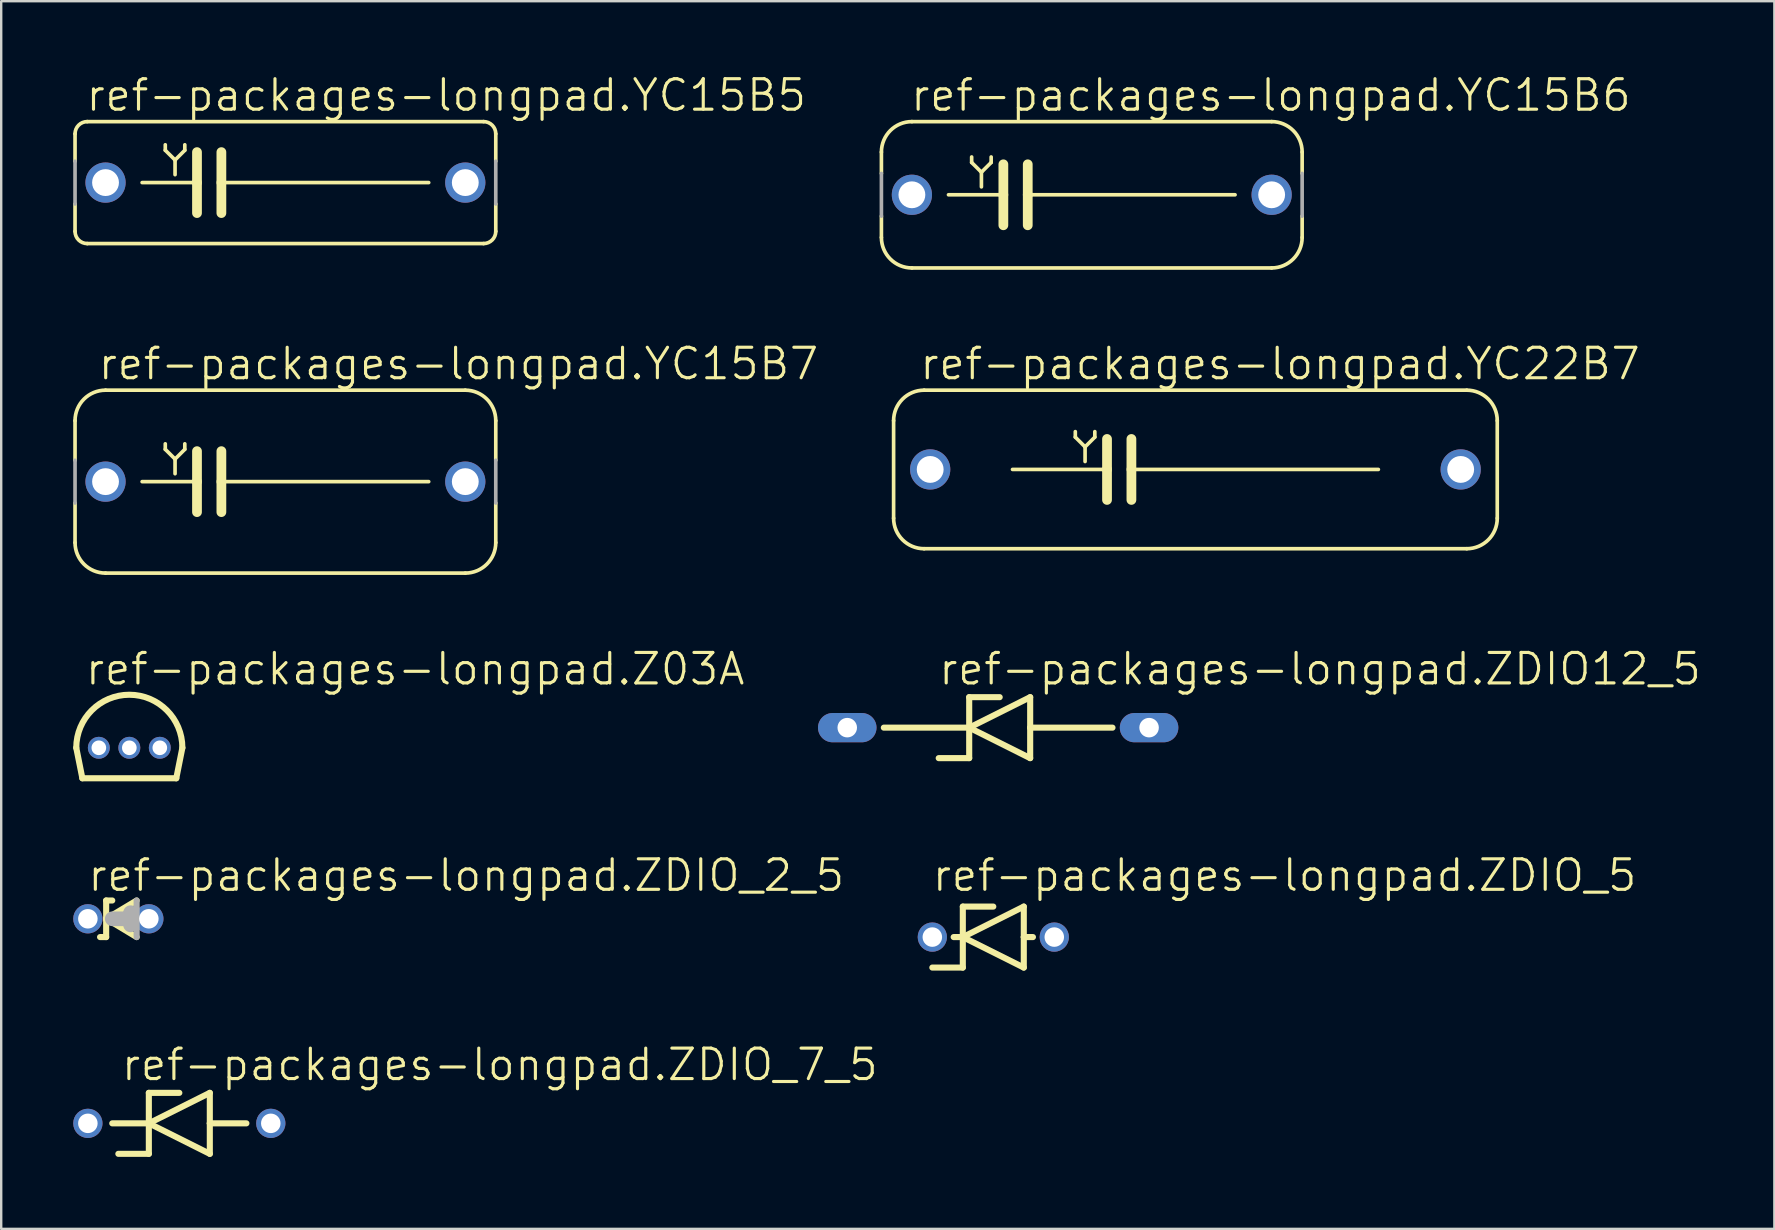
<source format=kicad_pcb>
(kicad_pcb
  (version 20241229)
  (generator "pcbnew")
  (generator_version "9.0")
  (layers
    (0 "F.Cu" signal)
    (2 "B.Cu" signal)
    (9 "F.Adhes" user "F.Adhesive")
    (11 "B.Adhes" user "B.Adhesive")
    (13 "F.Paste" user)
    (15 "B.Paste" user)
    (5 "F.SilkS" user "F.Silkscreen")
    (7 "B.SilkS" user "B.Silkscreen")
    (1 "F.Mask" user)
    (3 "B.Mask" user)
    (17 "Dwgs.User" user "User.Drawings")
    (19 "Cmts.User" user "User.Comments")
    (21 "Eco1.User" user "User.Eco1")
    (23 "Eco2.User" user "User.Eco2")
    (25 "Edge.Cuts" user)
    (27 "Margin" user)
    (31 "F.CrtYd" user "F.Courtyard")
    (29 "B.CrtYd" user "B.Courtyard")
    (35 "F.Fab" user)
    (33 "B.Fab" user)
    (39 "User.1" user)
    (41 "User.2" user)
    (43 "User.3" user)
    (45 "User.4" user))
  (footprint "ref-packages-longpad.ZDIO_7_5"
    (layer "F.Cu")
    (at 4.42 43.744)
    (property "Reference" "ref-packages-longpad.ZDIO_7_5" (at -2.489 -1.702 0) (layer "F.SilkS") (effects (font (size 1.27 1.27) (thickness 0.13)) (justify left bottom)))
    (attr through_hole)
    (fp_line (start -2.794 0) (end -1.27 0) (stroke (width 0.254) (type default)) (layer "F.SilkS"))
    (fp_line (start -1.27 -1.27) (end -1.27 0) (stroke (width 0.254) (type default)) (layer "F.SilkS"))
    (fp_line (start -1.27 0) (end -1.27 1.27) (stroke (width 0.254) (type default)) (layer "F.SilkS"))
    (fp_line (start -1.27 0) (end 1.27 -1.27) (stroke (width 0.254) (type default)) (layer "F.SilkS"))
    (fp_line (start -1.27 1.27) (end -2.54 1.27) (stroke (width 0.254) (type default)) (layer "F.SilkS"))
    (fp_line (start 0 -1.27) (end -1.27 -1.27) (stroke (width 0.254) (type default)) (layer "F.SilkS"))
    (fp_line (start 1.27 -1.27) (end 1.27 0) (stroke (width 0.254) (type default)) (layer "F.SilkS"))
    (fp_line (start 1.27 0) (end 1.27 1.27) (stroke (width 0.254) (type default)) (layer "F.SilkS"))
    (fp_line (start 1.27 0) (end 2.794 0) (stroke (width 0.254) (type default)) (layer "F.SilkS"))
    (fp_line (start 1.27 1.27) (end -1.27 0) (stroke (width 0.254) (type default)) (layer "F.SilkS"))
    (pad "A" thru_hole circle (at 3.81 0) (size 1.219 1.219) (drill 0.813) (layers "*.Cu" "*.Mask"))
    (pad "C" thru_hole circle (at -3.81 0) (size 1.219 1.219) (drill 0.813) (layers "*.Cu" "*.Mask")))
  (footprint "ref-packages-longpad.YC15B5"
    (layer "F.Cu")
    (at 8.839 4.556)
    (property "Reference" "ref-packages-longpad.YC15B5" (at -8.382 -2.896 0) (layer "F.SilkS") (effects (font (size 1.27 1.27) (thickness 0.13)) (justify left bottom)))
    (attr through_hole)
    (fp_line (start -8.763 -0.889) (end -8.763 -2.032) (stroke (width 0.152) (type default)) (layer "F.SilkS"))
    (fp_line (start -8.763 2.032) (end -8.763 0.889) (stroke (width 0.152) (type default)) (layer "F.SilkS"))
    (fp_line (start -8.255 -2.54) (end 8.255 -2.54) (stroke (width 0.152) (type default)) (layer "F.SilkS"))
    (fp_line (start -8.255 2.54) (end 8.255 2.54) (stroke (width 0.152) (type default)) (layer "F.SilkS"))
    (fp_line (start -5.969 0) (end -3.683 0) (stroke (width 0.152) (type default)) (layer "F.SilkS"))
    (fp_line (start -5.004 -1.575) (end -5.004 -1.346) (stroke (width 0.152) (type default)) (layer "F.SilkS"))
    (fp_line (start -5.004 -1.346) (end -4.597 -0.94) (stroke (width 0.152) (type default)) (layer "F.SilkS"))
    (fp_line (start -4.597 -0.94) (end -4.597 -0.33) (stroke (width 0.152) (type default)) (layer "F.SilkS"))
    (fp_line (start -4.597 -0.94) (end -4.191 -1.346) (stroke (width 0.152) (type default)) (layer "F.SilkS"))
    (fp_line (start -4.191 -1.346) (end -4.191 -1.575) (stroke (width 0.152) (type default)) (layer "F.SilkS"))
    (fp_line (start -3.683 -1.27) (end -3.683 0) (stroke (width 0.406) (type default)) (layer "F.SilkS"))
    (fp_line (start -3.683 0) (end -3.683 1.27) (stroke (width 0.406) (type default)) (layer "F.SilkS"))
    (fp_line (start -2.667 -1.27) (end -2.667 0) (stroke (width 0.406) (type default)) (layer "F.SilkS"))
    (fp_line (start -2.667 0) (end -2.667 1.27) (stroke (width 0.406) (type default)) (layer "F.SilkS"))
    (fp_line (start 5.969 0) (end -2.667 0) (stroke (width 0.152) (type default)) (layer "F.SilkS"))
    (fp_line (start 8.763 -0.889) (end 8.763 -2.032) (stroke (width 0.152) (type default)) (layer "F.SilkS"))
    (fp_line (start 8.763 2.032) (end 8.763 0.889) (stroke (width 0.152) (type default)) (layer "F.SilkS"))
    (fp_arc (start -8.763 -2.032) (mid -8.61421 -2.39121) (end -8.255 -2.54) (stroke (width 0.1524) (type default)) (layer "F.SilkS"))
    (fp_arc (start -8.255 2.54) (mid -8.61421 2.39121) (end -8.763 2.032) (stroke (width 0.1524) (type default)) (layer "F.SilkS"))
    (fp_arc (start 8.255 -2.54) (mid 8.61421 -2.39121) (end 8.763 -2.032) (stroke (width 0.1524) (type default)) (layer "F.SilkS"))
    (fp_arc (start 8.763 2.032) (mid 8.61421 2.39121) (end 8.255 2.54) (stroke (width 0.1524) (type default)) (layer "F.SilkS"))
    (fp_line (start -8.763 0.889) (end -8.763 -0.889) (stroke (width 0.152) (type default)) (layer "F.Fab"))
    (fp_line (start 8.763 0.889) (end 8.763 -0.889) (stroke (width 0.152) (type default)) (layer "F.Fab"))
    (pad "1" thru_hole circle (at -7.493 0) (size 1.676 1.676) (drill 1.118) (layers "*.Cu" "*.Mask"))
    (pad "2" thru_hole circle (at 7.493 0) (size 1.676 1.676) (drill 1.118) (layers "*.Cu" "*.Mask")))
  (footprint "ref-packages-longpad.Z03A"
    (layer "F.Cu")
    (at 2.337 28.1)
    (property "Reference" "ref-packages-longpad.Z03A" (at -1.905 -2.54 0) (layer "F.SilkS") (effects (font (size 1.27 1.27) (thickness 0.13)) (justify left bottom)))
    (attr through_hole)
    (fp_line (start -2.21 0) (end -1.956 1.27) (stroke (width 0.254) (type default)) (layer "F.SilkS"))
    (fp_line (start -1.956 1.27) (end 1.956 1.27) (stroke (width 0.254) (type default)) (layer "F.SilkS"))
    (fp_line (start 1.956 1.27) (end 2.21 0) (stroke (width 0.254) (type default)) (layer "F.SilkS"))
    (fp_arc (start -2.2098 0) (mid 0 -2.2098) (end 2.2098 0) (stroke (width 0.254) (type default)) (layer "F.SilkS"))
    (pad "1" thru_hole circle (at -1.27 0) (size 0.914 0.914) (drill 0.61) (layers "*.Cu" "*.Mask"))
    (pad "2" thru_hole circle (at 0 0) (size 0.914 0.914) (drill 0.61) (layers "*.Cu" "*.Mask"))
    (pad "3" thru_hole circle (at 1.27 0) (size 0.914 0.914) (drill 0.61) (layers "*.Cu" "*.Mask")))
  (footprint "ref-packages-longpad.YC15B6"
    (layer "F.Cu")
    (at 42.429 5.064)
    (property "Reference" "ref-packages-longpad.YC15B6" (at -7.62 -3.404 0) (layer "F.SilkS") (effects (font (size 1.27 1.27) (thickness 0.13)) (justify left bottom)))
    (attr through_hole)
    (fp_line (start -8.763 -0.889) (end -8.763 -1.778) (stroke (width 0.152) (type default)) (layer "F.SilkS"))
    (fp_line (start -8.763 1.778) (end -8.763 0.889) (stroke (width 0.152) (type default)) (layer "F.SilkS"))
    (fp_line (start -7.493 -3.048) (end 7.493 -3.048) (stroke (width 0.152) (type default)) (layer "F.SilkS"))
    (fp_line (start -7.493 3.048) (end 7.493 3.048) (stroke (width 0.152) (type default)) (layer "F.SilkS"))
    (fp_line (start -5.969 0) (end -3.683 0) (stroke (width 0.152) (type default)) (layer "F.SilkS"))
    (fp_line (start -5.004 -1.575) (end -5.004 -1.346) (stroke (width 0.152) (type default)) (layer "F.SilkS"))
    (fp_line (start -5.004 -1.346) (end -4.597 -0.94) (stroke (width 0.152) (type default)) (layer "F.SilkS"))
    (fp_line (start -4.597 -0.94) (end -4.597 -0.33) (stroke (width 0.152) (type default)) (layer "F.SilkS"))
    (fp_line (start -4.597 -0.94) (end -4.191 -1.346) (stroke (width 0.152) (type default)) (layer "F.SilkS"))
    (fp_line (start -4.191 -1.346) (end -4.191 -1.575) (stroke (width 0.152) (type default)) (layer "F.SilkS"))
    (fp_line (start -3.683 -1.27) (end -3.683 0) (stroke (width 0.406) (type default)) (layer "F.SilkS"))
    (fp_line (start -3.683 0) (end -3.683 1.27) (stroke (width 0.406) (type default)) (layer "F.SilkS"))
    (fp_line (start -2.667 -1.27) (end -2.667 0) (stroke (width 0.406) (type default)) (layer "F.SilkS"))
    (fp_line (start -2.667 0) (end -2.667 1.27) (stroke (width 0.406) (type default)) (layer "F.SilkS"))
    (fp_line (start 5.969 0) (end -2.667 0) (stroke (width 0.152) (type default)) (layer "F.SilkS"))
    (fp_line (start 8.763 -0.889) (end 8.763 -1.778) (stroke (width 0.152) (type default)) (layer "F.SilkS"))
    (fp_line (start 8.763 1.778) (end 8.763 0.889) (stroke (width 0.152) (type default)) (layer "F.SilkS"))
    (fp_arc (start -8.763 -1.778) (mid -8.391026 -2.676026) (end -7.493 -3.048) (stroke (width 0.1524) (type default)) (layer "F.SilkS"))
    (fp_arc (start -7.493 3.048) (mid -8.391026 2.676026) (end -8.763 1.778) (stroke (width 0.1524) (type default)) (layer "F.SilkS"))
    (fp_arc (start 7.493 -3.048) (mid 8.391026 -2.676026) (end 8.763 -1.778) (stroke (width 0.1524) (type default)) (layer "F.SilkS"))
    (fp_arc (start 8.763 1.778) (mid 8.391026 2.676026) (end 7.493 3.048) (stroke (width 0.1524) (type default)) (layer "F.SilkS"))
    (fp_line (start -8.763 0.889) (end -8.763 -0.889) (stroke (width 0.152) (type default)) (layer "F.Fab"))
    (fp_line (start 8.763 0.889) (end 8.763 -0.889) (stroke (width 0.152) (type default)) (layer "F.Fab"))
    (pad "1" thru_hole circle (at -7.493 0) (size 1.676 1.676) (drill 1.118) (layers "*.Cu" "*.Mask"))
    (pad "2" thru_hole circle (at 7.493 0) (size 1.676 1.676) (drill 1.118) (layers "*.Cu" "*.Mask")))
  (footprint "ref-packages-longpad.ZDIO12_5"
    (layer "F.Cu")
    (at 38.593 27.261)
    (property "Reference" "ref-packages-longpad.ZDIO12_5" (at -2.616 -1.702 0) (layer "F.SilkS") (effects (font (size 1.27 1.27) (thickness 0.13)) (justify left bottom)))
    (attr through_hole)
    (fp_line (start -4.826 0) (end -1.27 0) (stroke (width 0.254) (type default)) (layer "F.SilkS"))
    (fp_line (start -1.27 -1.27) (end -1.27 0) (stroke (width 0.254) (type default)) (layer "F.SilkS"))
    (fp_line (start -1.27 0) (end -1.27 1.27) (stroke (width 0.254) (type default)) (layer "F.SilkS"))
    (fp_line (start -1.27 0) (end 1.27 -1.27) (stroke (width 0.254) (type default)) (layer "F.SilkS"))
    (fp_line (start -1.27 1.27) (end -2.54 1.27) (stroke (width 0.254) (type default)) (layer "F.SilkS"))
    (fp_line (start 0 -1.27) (end -1.27 -1.27) (stroke (width 0.254) (type default)) (layer "F.SilkS"))
    (fp_line (start 1.27 -1.27) (end 1.27 0) (stroke (width 0.254) (type default)) (layer "F.SilkS"))
    (fp_line (start 1.27 0) (end 1.27 1.27) (stroke (width 0.254) (type default)) (layer "F.SilkS"))
    (fp_line (start 1.27 0) (end 4.699 0) (stroke (width 0.254) (type default)) (layer "F.SilkS"))
    (fp_line (start 1.27 1.27) (end -1.27 0) (stroke (width 0.254) (type default)) (layer "F.SilkS"))
    (pad "A" thru_hole oval (at 6.223 0) (size 2.438 1.219) (drill 0.813) (layers "*.Cu" "*.Mask"))
    (pad "C" thru_hole oval (at -6.35 0) (size 2.438 1.219) (drill 0.813) (layers "*.Cu" "*.Mask")))
  (footprint "ref-packages-longpad.ZDIO_5"
    (layer "F.Cu")
    (at 38.327 35.985)
    (property "Reference" "ref-packages-longpad.ZDIO_5" (at -2.616 -1.829 0) (layer "F.SilkS") (effects (font (size 1.27 1.27) (thickness 0.13)) (justify left bottom)))
    (attr through_hole)
    (fp_line (start -1.651 0) (end -1.27 0) (stroke (width 0.254) (type default)) (layer "F.SilkS"))
    (fp_line (start -1.27 -1.27) (end -1.27 0) (stroke (width 0.254) (type default)) (layer "F.SilkS"))
    (fp_line (start -1.27 0) (end -1.27 1.27) (stroke (width 0.254) (type default)) (layer "F.SilkS"))
    (fp_line (start -1.27 0) (end 1.27 -1.27) (stroke (width 0.254) (type default)) (layer "F.SilkS"))
    (fp_line (start -1.27 1.27) (end -2.54 1.27) (stroke (width 0.254) (type default)) (layer "F.SilkS"))
    (fp_line (start 0 -1.27) (end -1.27 -1.27) (stroke (width 0.254) (type default)) (layer "F.SilkS"))
    (fp_line (start 1.27 -1.27) (end 1.27 0) (stroke (width 0.254) (type default)) (layer "F.SilkS"))
    (fp_line (start 1.27 0) (end 1.27 1.27) (stroke (width 0.254) (type default)) (layer "F.SilkS"))
    (fp_line (start 1.27 0) (end 1.651 0) (stroke (width 0.254) (type default)) (layer "F.SilkS"))
    (fp_line (start 1.27 1.27) (end -1.27 0) (stroke (width 0.254) (type default)) (layer "F.SilkS"))
    (pad "A" thru_hole circle (at 2.54 0) (size 1.219 1.219) (drill 0.813) (layers "*.Cu" "*.Mask"))
    (pad "C" thru_hole circle (at -2.54 0) (size 1.219 1.219) (drill 0.813) (layers "*.Cu" "*.Mask")))
  (footprint "ref-packages-longpad.YC22B7"
    (layer "F.Cu")
    (at 46.747 16.505)
    (property "Reference" "ref-packages-longpad.YC22B7" (at -11.557 -3.658 0) (layer "F.SilkS") (effects (font (size 1.27 1.27) (thickness 0.13)) (justify left bottom)))
    (attr through_hole)
    (fp_line (start -12.573 2.032) (end -12.573 -2.032) (stroke (width 0.152) (type default)) (layer "F.SilkS"))
    (fp_line (start -11.303 -3.302) (end 11.303 -3.302) (stroke (width 0.152) (type default)) (layer "F.SilkS"))
    (fp_line (start -11.303 3.302) (end 11.303 3.302) (stroke (width 0.152) (type default)) (layer "F.SilkS"))
    (fp_line (start -7.62 0) (end -3.683 0) (stroke (width 0.152) (type default)) (layer "F.SilkS"))
    (fp_line (start -5.004 -1.575) (end -5.004 -1.346) (stroke (width 0.152) (type default)) (layer "F.SilkS"))
    (fp_line (start -5.004 -1.346) (end -4.597 -0.94) (stroke (width 0.152) (type default)) (layer "F.SilkS"))
    (fp_line (start -4.597 -0.94) (end -4.597 -0.33) (stroke (width 0.152) (type default)) (layer "F.SilkS"))
    (fp_line (start -4.597 -0.94) (end -4.191 -1.346) (stroke (width 0.152) (type default)) (layer "F.SilkS"))
    (fp_line (start -4.191 -1.346) (end -4.191 -1.575) (stroke (width 0.152) (type default)) (layer "F.SilkS"))
    (fp_line (start -3.683 -1.27) (end -3.683 0) (stroke (width 0.406) (type default)) (layer "F.SilkS"))
    (fp_line (start -3.683 0) (end -3.683 1.27) (stroke (width 0.406) (type default)) (layer "F.SilkS"))
    (fp_line (start -2.667 -1.27) (end -2.667 0) (stroke (width 0.406) (type default)) (layer "F.SilkS"))
    (fp_line (start -2.667 0) (end -2.667 1.27) (stroke (width 0.406) (type default)) (layer "F.SilkS"))
    (fp_line (start 7.62 0) (end -2.667 0) (stroke (width 0.152) (type default)) (layer "F.SilkS"))
    (fp_line (start 12.573 2.032) (end 12.573 -2.032) (stroke (width 0.152) (type default)) (layer "F.SilkS"))
    (fp_arc (start -12.573 -2.032) (mid -12.201026 -2.930026) (end -11.303 -3.302) (stroke (width 0.1524) (type default)) (layer "F.SilkS"))
    (fp_arc (start -11.303 3.302) (mid -12.201026 2.930026) (end -12.573 2.032) (stroke (width 0.1524) (type default)) (layer "F.SilkS"))
    (fp_arc (start 11.303 -3.302) (mid 12.201026 -2.930026) (end 12.573 -2.032) (stroke (width 0.1524) (type default)) (layer "F.SilkS"))
    (fp_arc (start 12.573 2.032) (mid 12.201026 2.930026) (end 11.303 3.302) (stroke (width 0.1524) (type default)) (layer "F.SilkS"))
    (pad "1" thru_hole circle (at -11.049 0) (size 1.676 1.676) (drill 1.118) (layers "*.Cu" "*.Mask"))
    (pad "2" thru_hole circle (at 11.049 0) (size 1.676 1.676) (drill 1.118) (layers "*.Cu" "*.Mask")))
  (footprint "ref-packages-longpad.ZDIO_2_5"
    (layer "F.Cu")
    (at 1.88 35.223)
    (property "Reference" "ref-packages-longpad.ZDIO_2_5" (at -1.346 -1.067 0) (layer "F.SilkS") (effects (font (size 1.27 1.27) (thickness 0.13)) (justify left bottom)))
    (attr through_hole)
    (fp_line (start -0.508 -0.762) (end -0.508 0) (stroke (width 0.254) (type default)) (layer "F.SilkS"))
    (fp_line (start -0.508 0) (end -0.508 0.762) (stroke (width 0.254) (type default)) (layer "F.SilkS"))
    (fp_line (start -0.508 0) (end 0.762 -0.762) (stroke (width 0.254) (type default)) (layer "F.SilkS"))
    (fp_line (start -0.508 0.762) (end -0.762 0.762) (stroke (width 0.254) (type default)) (layer "F.SilkS"))
    (fp_line (start -0.254 -0.762) (end -0.508 -0.762) (stroke (width 0.254) (type default)) (layer "F.SilkS"))
    (fp_line (start 0.762 0.762) (end -0.508 0) (stroke (width 0.254) (type default)) (layer "F.SilkS"))
    (fp_line (start 0.508 -0.254) (end 0.508 0) (stroke (width 0.61) (type default)) (layer "F.Fab"))
    (fp_line (start 0.508 0) (end -0.254 0) (stroke (width 0.61) (type default)) (layer "F.Fab"))
    (fp_line (start 0.508 0) (end 0.508 0.254) (stroke (width 0.61) (type default)) (layer "F.Fab"))
    (fp_line (start 0.762 -0.762) (end 0.762 0.762) (stroke (width 0.254) (type default)) (layer "F.Fab"))
    (pad "A" thru_hole circle (at 1.27 0) (size 1.219 1.219) (drill 0.813) (layers "*.Cu" "*.Mask"))
    (pad "C" thru_hole circle (at -1.27 0) (size 1.219 1.219) (drill 0.813) (layers "*.Cu" "*.Mask")))
  (footprint "ref-packages-longpad.YC15B7"
    (layer "F.Cu")
    (at 8.839 17.013)
    (property "Reference" "ref-packages-longpad.YC15B7" (at -7.874 -4.166 0) (layer "F.SilkS") (effects (font (size 1.27 1.27) (thickness 0.13)) (justify left bottom)))
    (attr through_hole)
    (fp_line (start -8.763 -0.889) (end -8.763 -2.54) (stroke (width 0.152) (type default)) (layer "F.SilkS"))
    (fp_line (start -8.763 2.54) (end -8.763 0.889) (stroke (width 0.152) (type default)) (layer "F.SilkS"))
    (fp_line (start -7.493 -3.81) (end 7.493 -3.81) (stroke (width 0.152) (type default)) (layer "F.SilkS"))
    (fp_line (start -7.493 3.81) (end 7.493 3.81) (stroke (width 0.152) (type default)) (layer "F.SilkS"))
    (fp_line (start -5.969 0) (end -3.683 0) (stroke (width 0.152) (type default)) (layer "F.SilkS"))
    (fp_line (start -5.004 -1.575) (end -5.004 -1.346) (stroke (width 0.152) (type default)) (layer "F.SilkS"))
    (fp_line (start -5.004 -1.346) (end -4.597 -0.94) (stroke (width 0.152) (type default)) (layer "F.SilkS"))
    (fp_line (start -4.597 -0.94) (end -4.597 -0.33) (stroke (width 0.152) (type default)) (layer "F.SilkS"))
    (fp_line (start -4.597 -0.94) (end -4.191 -1.346) (stroke (width 0.152) (type default)) (layer "F.SilkS"))
    (fp_line (start -4.191 -1.346) (end -4.191 -1.575) (stroke (width 0.152) (type default)) (layer "F.SilkS"))
    (fp_line (start -3.683 -1.27) (end -3.683 0) (stroke (width 0.406) (type default)) (layer "F.SilkS"))
    (fp_line (start -3.683 0) (end -3.683 1.27) (stroke (width 0.406) (type default)) (layer "F.SilkS"))
    (fp_line (start -2.667 -1.27) (end -2.667 0) (stroke (width 0.406) (type default)) (layer "F.SilkS"))
    (fp_line (start -2.667 0) (end -2.667 1.27) (stroke (width 0.406) (type default)) (layer "F.SilkS"))
    (fp_line (start 5.969 0) (end -2.667 0) (stroke (width 0.152) (type default)) (layer "F.SilkS"))
    (fp_line (start 8.763 -0.889) (end 8.763 -2.54) (stroke (width 0.152) (type default)) (layer "F.SilkS"))
    (fp_line (start 8.763 2.54) (end 8.763 0.889) (stroke (width 0.152) (type default)) (layer "F.SilkS"))
    (fp_arc (start -8.763 -2.54) (mid -8.391026 -3.438026) (end -7.493 -3.81) (stroke (width 0.1524) (type default)) (layer "F.SilkS"))
    (fp_arc (start -7.493 3.81) (mid -8.391026 3.438026) (end -8.763 2.54) (stroke (width 0.1524) (type default)) (layer "F.SilkS"))
    (fp_arc (start 7.493 -3.81) (mid 8.391026 -3.438026) (end 8.763 -2.54) (stroke (width 0.1524) (type default)) (layer "F.SilkS"))
    (fp_arc (start 8.763 2.54) (mid 8.391026 3.438026) (end 7.493 3.81) (stroke (width 0.1524) (type default)) (layer "F.SilkS"))
    (fp_line (start -8.763 0.889) (end -8.763 -0.889) (stroke (width 0.152) (type default)) (layer "F.Fab"))
    (fp_line (start 8.763 0.889) (end 8.763 -0.889) (stroke (width 0.152) (type default)) (layer "F.Fab"))
    (pad "1" thru_hole circle (at -7.493 0) (size 1.676 1.676) (drill 1.118) (layers "*.Cu" "*.Mask"))
    (pad "2" thru_hole circle (at 7.493 0) (size 1.676 1.676) (drill 1.118) (layers "*.Cu" "*.Mask")))
  (gr_rect
    (start -3 -3)
    (end 70.863 48.141)
    (stroke (width 0.1) (type default))
    (fill no)
    (layer "Edge.Cuts")))
</source>
